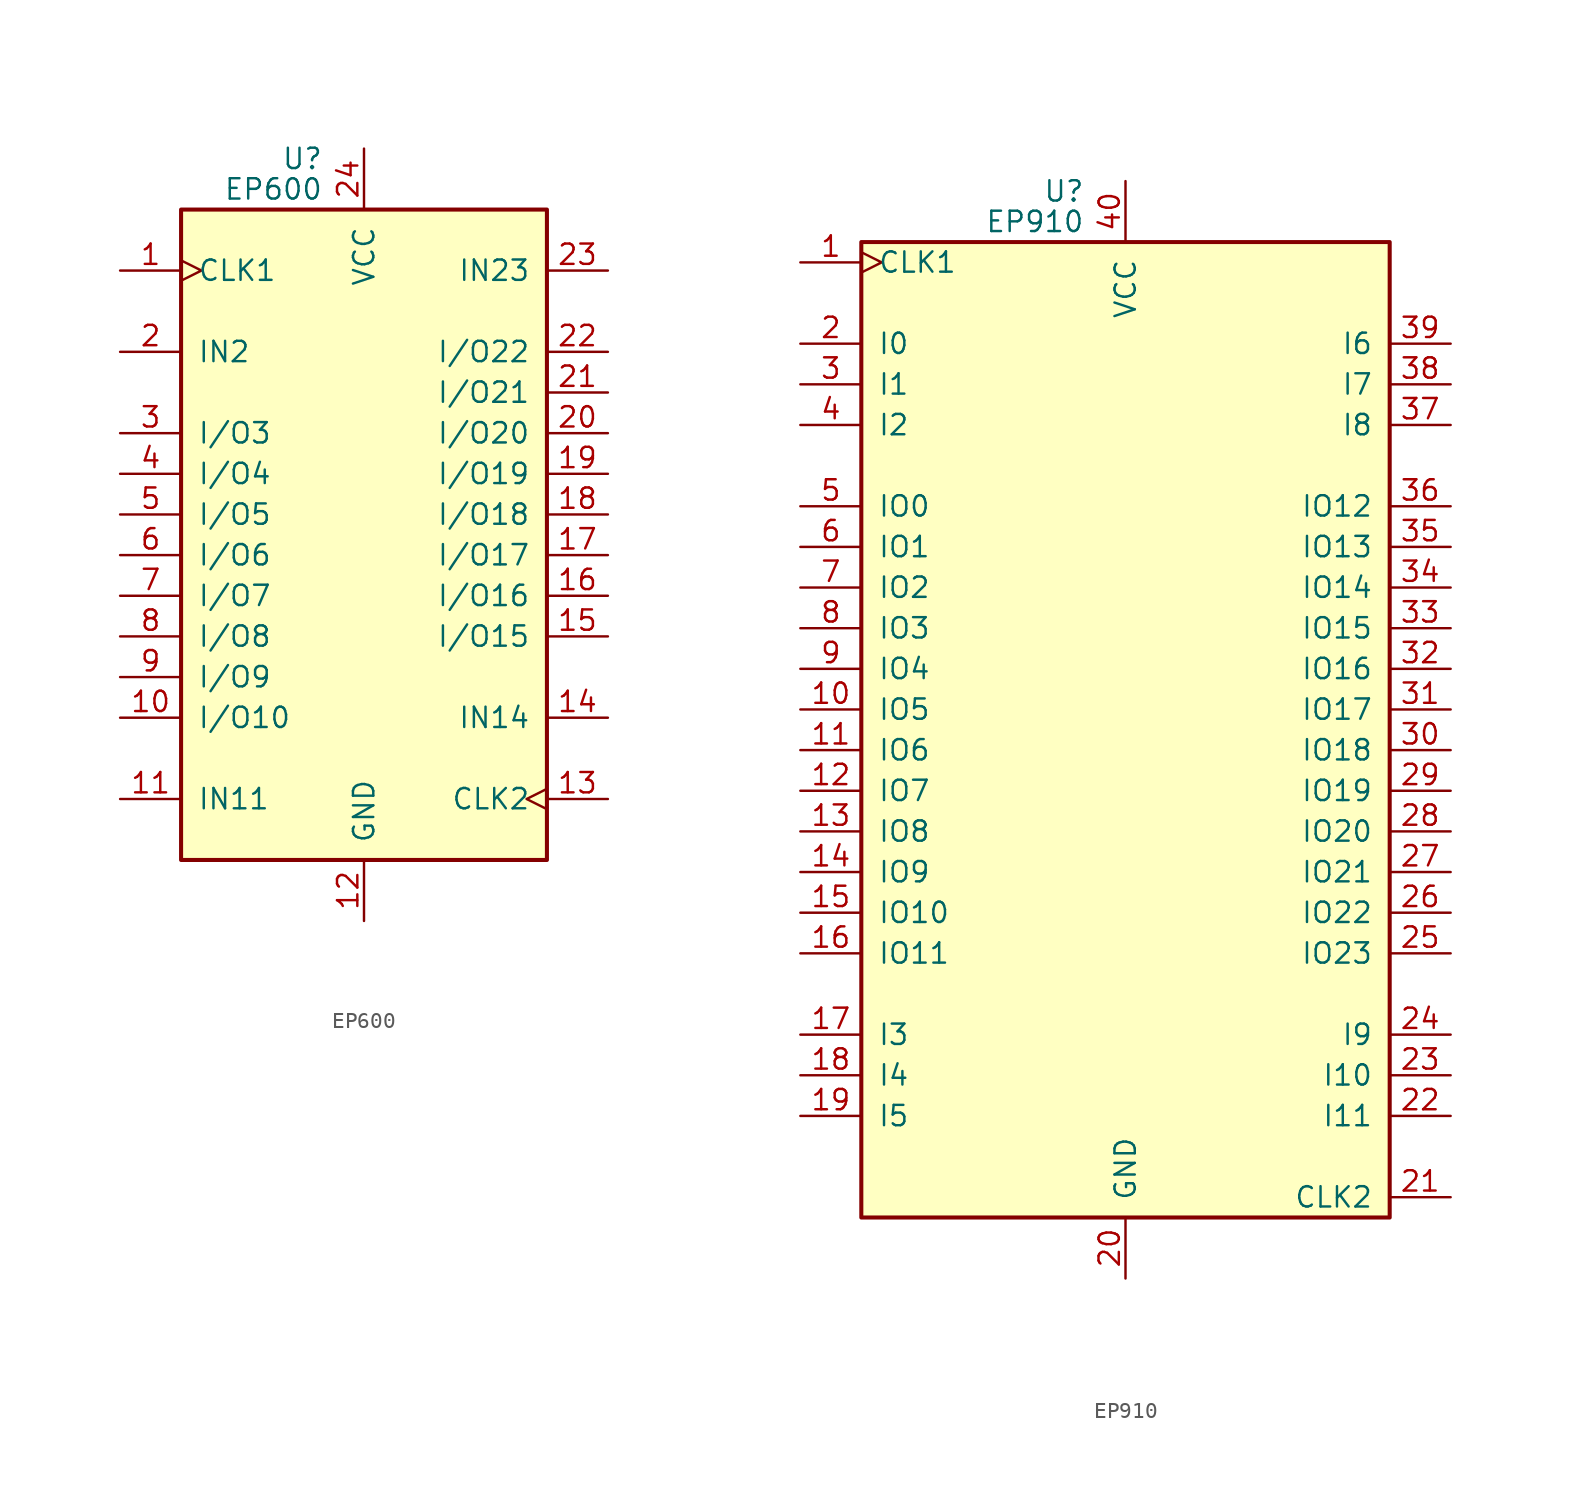
<source format=kicad_sym>
(kicad_symbol_lib
  (version 20241209)
  (generator "kicad_symbol_editor")
  (generator_version "9.0")
  (symbol "EP600"
    (pin_names
      (offset 1.016))
    (property "Reference" "U"
      (at -2.54 24.765 0)
      (effects (font (size 1.27 1.27)) (justify right)))
    (property "Value" "EP600"
      (at -2.54 22.86 0)
      (effects (font (size 1.27 1.27)) (justify right)))
    (symbol "EP600_0_1"
      (rectangle (start -11.43 -19.05) (end 11.43 21.59) (stroke (width 0.254) (type default)) (fill (type background))))
    (symbol "EP600_1_1"
      (pin input clock (at -15.24 17.78 0) (length 3.81) (name "CLK1" (effects (font (size 1.27 1.27)))) (number "1" (effects (font (size 1.27 1.27)))))
      (pin input line (at -15.24 12.7 0) (length 3.81) (name "IN2" (effects (font (size 1.27 1.27)))) (number "2" (effects (font (size 1.27 1.27)))))
      (pin passive line (at -15.24 7.62 0) (length 3.81) (name "I/O3" (effects (font (size 1.27 1.27)))) (number "3" (effects (font (size 1.27 1.27)))))
      (pin passive line (at -15.24 5.08 0) (length 3.81) (name "I/O4" (effects (font (size 1.27 1.27)))) (number "4" (effects (font (size 1.27 1.27)))))
      (pin passive line (at -15.24 2.54 0) (length 3.81) (name "I/O5" (effects (font (size 1.27 1.27)))) (number "5" (effects (font (size 1.27 1.27)))))
      (pin passive line (at -15.24 0 0) (length 3.81) (name "I/O6" (effects (font (size 1.27 1.27)))) (number "6" (effects (font (size 1.27 1.27)))))
      (pin passive line (at -15.24 -2.54 0) (length 3.81) (name "I/O7" (effects (font (size 1.27 1.27)))) (number "7" (effects (font (size 1.27 1.27)))))
      (pin passive line (at -15.24 -5.08 0) (length 3.81) (name "I/O8" (effects (font (size 1.27 1.27)))) (number "8" (effects (font (size 1.27 1.27)))))
      (pin passive line (at -15.24 -7.62 0) (length 3.81) (name "I/O9" (effects (font (size 1.27 1.27)))) (number "9" (effects (font (size 1.27 1.27)))))
      (pin passive line (at -15.24 -10.16 0) (length 3.81) (name "I/O10" (effects (font (size 1.27 1.27)))) (number "10" (effects (font (size 1.27 1.27)))))
      (pin input line (at -15.24 -15.24 0) (length 3.81) (name "IN11" (effects (font (size 1.27 1.27)))) (number "11" (effects (font (size 1.27 1.27)))))
      (pin power_in line (at 0 25.4 270) (length 3.81) (name "VCC" (effects (font (size 1.27 1.27)))) (number "24" (effects (font (size 1.27 1.27)))))
      (pin power_in line (at 0 -22.86 90) (length 3.81) (name "GND" (effects (font (size 1.27 1.27)))) (number "12" (effects (font (size 1.27 1.27)))))
      (pin input line (at 15.24 17.78 180) (length 3.81) (name "IN23" (effects (font (size 1.27 1.27)))) (number "23" (effects (font (size 1.27 1.27)))))
      (pin passive line (at 15.24 12.7 180) (length 3.81) (name "I/O22" (effects (font (size 1.27 1.27)))) (number "22" (effects (font (size 1.27 1.27)))))
      (pin passive line (at 15.24 10.16 180) (length 3.81) (name "I/O21" (effects (font (size 1.27 1.27)))) (number "21" (effects (font (size 1.27 1.27)))))
      (pin passive line (at 15.24 7.62 180) (length 3.81) (name "I/O20" (effects (font (size 1.27 1.27)))) (number "20" (effects (font (size 1.27 1.27)))))
      (pin passive line (at 15.24 5.08 180) (length 3.81) (name "I/O19" (effects (font (size 1.27 1.27)))) (number "19" (effects (font (size 1.27 1.27)))))
      (pin passive line (at 15.24 2.54 180) (length 3.81) (name "I/O18" (effects (font (size 1.27 1.27)))) (number "18" (effects (font (size 1.27 1.27)))))
      (pin passive line (at 15.24 0 180) (length 3.81) (name "I/O17" (effects (font (size 1.27 1.27)))) (number "17" (effects (font (size 1.27 1.27)))))
      (pin passive line (at 15.24 -2.54 180) (length 3.81) (name "I/O16" (effects (font (size 1.27 1.27)))) (number "16" (effects (font (size 1.27 1.27)))))
      (pin passive line (at 15.24 -5.08 180) (length 3.81) (name "I/O15" (effects (font (size 1.27 1.27)))) (number "15" (effects (font (size 1.27 1.27)))))
      (pin input line (at 15.24 -10.16 180) (length 3.81) (name "IN14" (effects (font (size 1.27 1.27)))) (number "14" (effects (font (size 1.27 1.27)))))
      (pin input clock (at 15.24 -15.24 180) (length 3.81) (name "CLK2" (effects (font (size 1.27 1.27)))) (number "13" (effects (font (size 1.27 1.27)))))))
  (symbol "EP910"
    (pin_names
      (offset 1.016))
    (property "Reference" "U"
      (at -2.54 32.385 0)
      (effects (font (size 1.27 1.27)) (justify right)))
    (property "Value" "EP910"
      (at -2.54 30.48 0)
      (effects (font (size 1.27 1.27)) (justify right)))
    (symbol "EP910_0_1"
      (rectangle (start -16.51 -31.75) (end 16.51 29.21) (stroke (width 0.254) (type default)) (fill (type background))))
    (symbol "EP910_1_1"
      (pin input clock (at -20.32 27.94 0) (length 3.81) (name "CLK1" (effects (font (size 1.27 1.27)))) (number "1" (effects (font (size 1.27 1.27)))))
      (pin input line (at -20.32 22.86 0) (length 3.81) (name "I0" (effects (font (size 1.27 1.27)))) (number "2" (effects (font (size 1.27 1.27)))))
      (pin input line (at -20.32 20.32 0) (length 3.81) (name "I1" (effects (font (size 1.27 1.27)))) (number "3" (effects (font (size 1.27 1.27)))))
      (pin input line (at -20.32 17.78 0) (length 3.81) (name "I2" (effects (font (size 1.27 1.27)))) (number "4" (effects (font (size 1.27 1.27)))))
      (pin input line (at -20.32 12.7 0) (length 3.81) (name "IO0" (effects (font (size 1.27 1.27)))) (number "5" (effects (font (size 1.27 1.27)))))
      (pin input line (at -20.32 10.16 0) (length 3.81) (name "IO1" (effects (font (size 1.27 1.27)))) (number "6" (effects (font (size 1.27 1.27)))))
      (pin input line (at -20.32 7.62 0) (length 3.81) (name "IO2" (effects (font (size 1.27 1.27)))) (number "7" (effects (font (size 1.27 1.27)))))
      (pin input line (at -20.32 5.08 0) (length 3.81) (name "IO3" (effects (font (size 1.27 1.27)))) (number "8" (effects (font (size 1.27 1.27)))))
      (pin input line (at -20.32 2.54 0) (length 3.81) (name "IO4" (effects (font (size 1.27 1.27)))) (number "9" (effects (font (size 1.27 1.27)))))
      (pin input line (at -20.32 0 0) (length 3.81) (name "IO5" (effects (font (size 1.27 1.27)))) (number "10" (effects (font (size 1.27 1.27)))))
      (pin input line (at -20.32 -2.54 0) (length 3.81) (name "IO6" (effects (font (size 1.27 1.27)))) (number "11" (effects (font (size 1.27 1.27)))))
      (pin input line (at -20.32 -5.08 0) (length 3.81) (name "IO7" (effects (font (size 1.27 1.27)))) (number "12" (effects (font (size 1.27 1.27)))))
      (pin input line (at -20.32 -7.62 0) (length 3.81) (name "IO8" (effects (font (size 1.27 1.27)))) (number "13" (effects (font (size 1.27 1.27)))))
      (pin input line (at -20.32 -10.16 0) (length 3.81) (name "IO9" (effects (font (size 1.27 1.27)))) (number "14" (effects (font (size 1.27 1.27)))))
      (pin input line (at -20.32 -12.7 0) (length 3.81) (name "IO10" (effects (font (size 1.27 1.27)))) (number "15" (effects (font (size 1.27 1.27)))))
      (pin input line (at -20.32 -15.24 0) (length 3.81) (name "IO11" (effects (font (size 1.27 1.27)))) (number "16" (effects (font (size 1.27 1.27)))))
      (pin input line (at -20.32 -20.32 0) (length 3.81) (name "I3" (effects (font (size 1.27 1.27)))) (number "17" (effects (font (size 1.27 1.27)))))
      (pin input line (at -20.32 -22.86 0) (length 3.81) (name "I4" (effects (font (size 1.27 1.27)))) (number "18" (effects (font (size 1.27 1.27)))))
      (pin input line (at -20.32 -25.4 0) (length 3.81) (name "I5" (effects (font (size 1.27 1.27)))) (number "19" (effects (font (size 1.27 1.27)))))
      (pin power_in line (at 0 33.02 270) (length 3.81) (name "VCC" (effects (font (size 1.27 1.27)))) (number "40" (effects (font (size 1.27 1.27)))))
      (pin power_in line (at 0 -35.56 90) (length 3.81) (name "GND" (effects (font (size 1.27 1.27)))) (number "20" (effects (font (size 1.27 1.27)))))
      (pin input line (at 20.32 22.86 180) (length 3.81) (name "I6" (effects (font (size 1.27 1.27)))) (number "39" (effects (font (size 1.27 1.27)))))
      (pin input line (at 20.32 20.32 180) (length 3.81) (name "I7" (effects (font (size 1.27 1.27)))) (number "38" (effects (font (size 1.27 1.27)))))
      (pin input line (at 20.32 17.78 180) (length 3.81) (name "I8" (effects (font (size 1.27 1.27)))) (number "37" (effects (font (size 1.27 1.27)))))
      (pin input line (at 20.32 12.7 180) (length 3.81) (name "IO12" (effects (font (size 1.27 1.27)))) (number "36" (effects (font (size 1.27 1.27)))))
      (pin input line (at 20.32 10.16 180) (length 3.81) (name "IO13" (effects (font (size 1.27 1.27)))) (number "35" (effects (font (size 1.27 1.27)))))
      (pin input line (at 20.32 7.62 180) (length 3.81) (name "IO14" (effects (font (size 1.27 1.27)))) (number "34" (effects (font (size 1.27 1.27)))))
      (pin input line (at 20.32 5.08 180) (length 3.81) (name "IO15" (effects (font (size 1.27 1.27)))) (number "33" (effects (font (size 1.27 1.27)))))
      (pin input line (at 20.32 2.54 180) (length 3.81) (name "IO16" (effects (font (size 1.27 1.27)))) (number "32" (effects (font (size 1.27 1.27)))))
      (pin input line (at 20.32 0 180) (length 3.81) (name "IO17" (effects (font (size 1.27 1.27)))) (number "31" (effects (font (size 1.27 1.27)))))
      (pin input line (at 20.32 -2.54 180) (length 3.81) (name "IO18" (effects (font (size 1.27 1.27)))) (number "30" (effects (font (size 1.27 1.27)))))
      (pin input line (at 20.32 -5.08 180) (length 3.81) (name "IO19" (effects (font (size 1.27 1.27)))) (number "29" (effects (font (size 1.27 1.27)))))
      (pin input line (at 20.32 -7.62 180) (length 3.81) (name "IO20" (effects (font (size 1.27 1.27)))) (number "28" (effects (font (size 1.27 1.27)))))
      (pin input line (at 20.32 -10.16 180) (length 3.81) (name "IO21" (effects (font (size 1.27 1.27)))) (number "27" (effects (font (size 1.27 1.27)))))
      (pin input line (at 20.32 -12.7 180) (length 3.81) (name "IO22" (effects (font (size 1.27 1.27)))) (number "26" (effects (font (size 1.27 1.27)))))
      (pin input line (at 20.32 -15.24 180) (length 3.81) (name "IO23" (effects (font (size 1.27 1.27)))) (number "25" (effects (font (size 1.27 1.27)))))
      (pin input line (at 20.32 -20.32 180) (length 3.81) (name "I9" (effects (font (size 1.27 1.27)))) (number "24" (effects (font (size 1.27 1.27)))))
      (pin input line (at 20.32 -22.86 180) (length 3.81) (name "I10" (effects (font (size 1.27 1.27)))) (number "23" (effects (font (size 1.27 1.27)))))
      (pin input line (at 20.32 -25.4 180) (length 3.81) (name "I11" (effects (font (size 1.27 1.27)))) (number "22" (effects (font (size 1.27 1.27)))))
      (pin input line (at 20.32 -30.48 180) (length 3.81) (name "CLK2" (effects (font (size 1.27 1.27)))) (number "21" (effects (font (size 1.27 1.27))))))))
</source>
